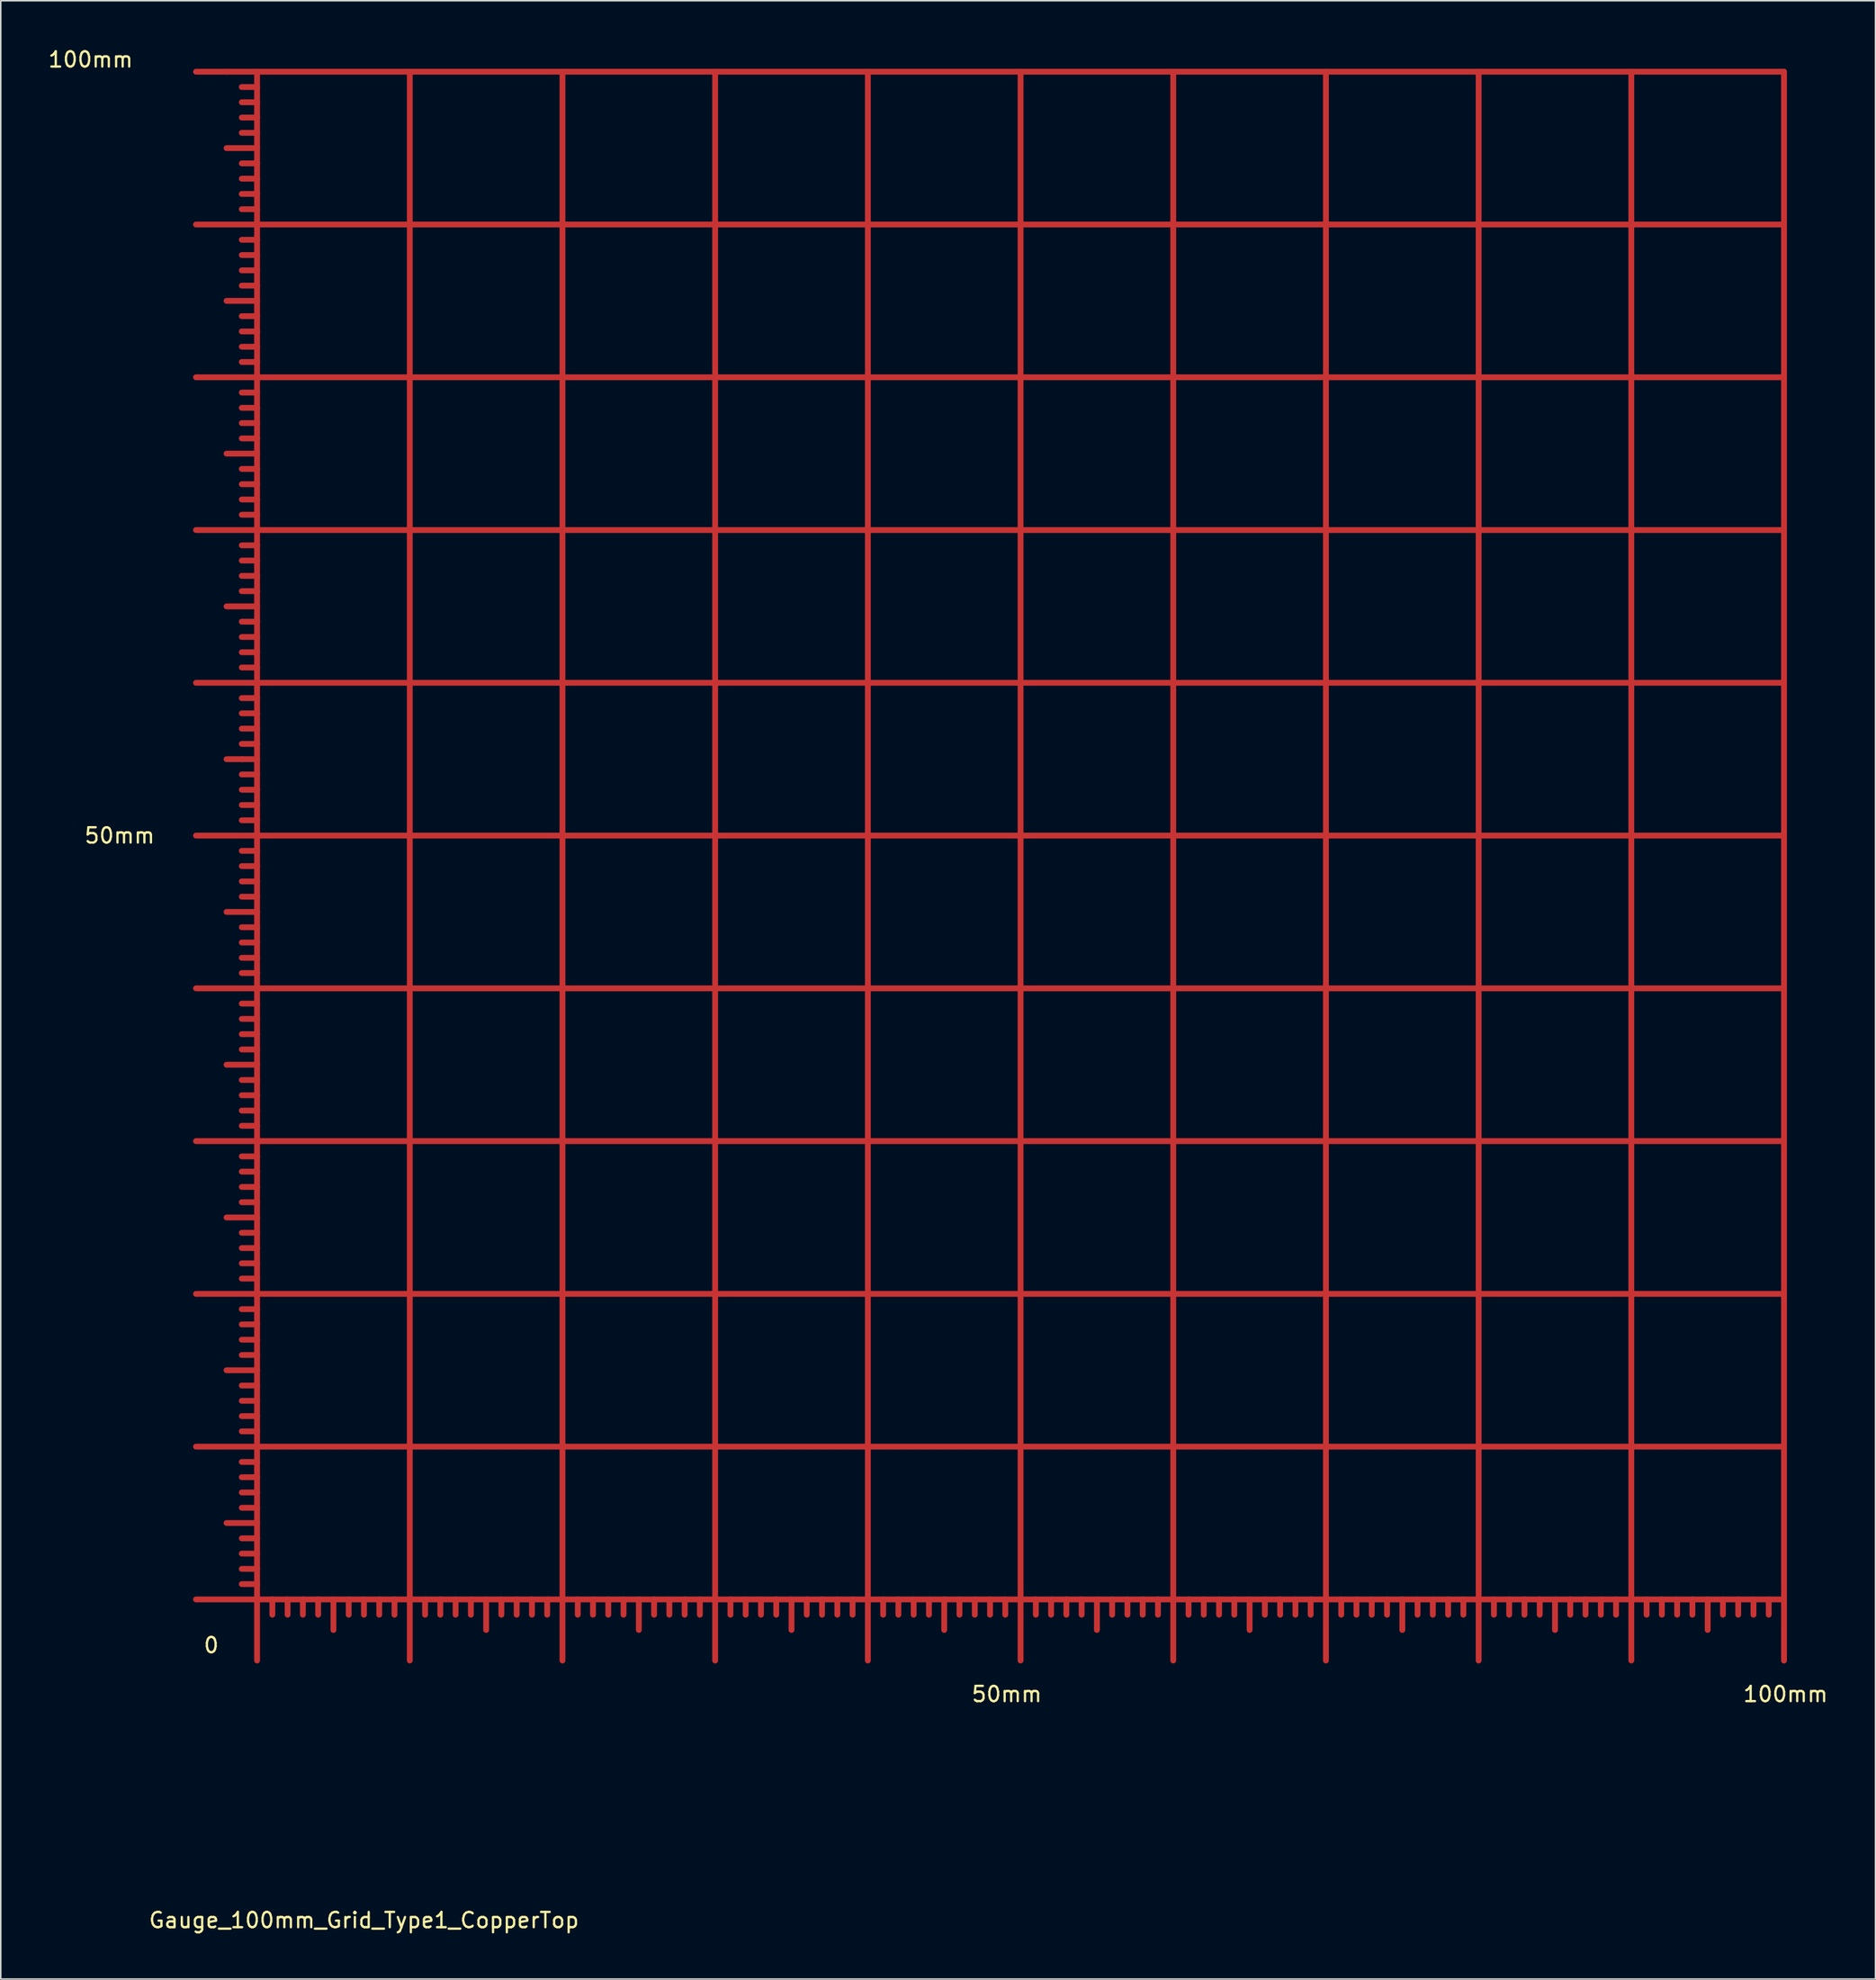
<source format=kicad_pcb>
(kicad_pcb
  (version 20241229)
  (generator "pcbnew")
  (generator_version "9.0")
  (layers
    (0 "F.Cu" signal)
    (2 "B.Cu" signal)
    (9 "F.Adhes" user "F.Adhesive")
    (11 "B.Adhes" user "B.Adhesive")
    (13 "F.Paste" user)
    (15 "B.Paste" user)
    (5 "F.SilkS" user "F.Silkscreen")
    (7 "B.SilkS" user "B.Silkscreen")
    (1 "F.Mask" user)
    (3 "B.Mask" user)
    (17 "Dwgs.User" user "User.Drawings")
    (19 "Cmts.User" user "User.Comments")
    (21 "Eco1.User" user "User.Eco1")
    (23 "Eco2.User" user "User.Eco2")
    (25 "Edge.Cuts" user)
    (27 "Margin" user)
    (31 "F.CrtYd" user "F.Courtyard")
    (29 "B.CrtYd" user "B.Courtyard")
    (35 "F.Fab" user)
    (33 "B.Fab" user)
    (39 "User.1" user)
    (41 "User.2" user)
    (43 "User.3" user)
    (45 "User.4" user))
  (footprint "Gauge_100mm_Grid_Type1_CopperTop"
    (layer "F.Cu")
    (at 13.786 101.646)
    (property "Reference" "Gauge_100mm_Grid_Type1_CopperTop" (at 7 21.001 0) (layer "F.SilkS") (effects (font (size 1 1) (thickness 0.15))))
    (attr through_hole)
    (fp_line (start -1.999 -100) (end -4 -100) (stroke (width 0.381) (type solid)) (layer "F.Cu"))
    (fp_line (start -1.001 -55.001) (end -1.999 -55.001) (stroke (width 0.381) (type solid)) (layer "F.Cu"))
    (fp_line (start 0 -100) (end -1.999 -100) (stroke (width 0.381) (type solid)) (layer "F.Cu"))
    (fp_line (start 0 -100) (end 100 -100) (stroke (width 0.381) (type solid)) (layer "F.Cu"))
    (fp_line (start 0 -98.999) (end -1.001 -98.999) (stroke (width 0.381) (type solid)) (layer "F.Cu"))
    (fp_line (start 0 -98.001) (end -1.001 -98.001) (stroke (width 0.381) (type solid)) (layer "F.Cu"))
    (fp_line (start 0 -97) (end -1.001 -97) (stroke (width 0.381) (type solid)) (layer "F.Cu"))
    (fp_line (start 0 -95.999) (end -1.001 -95.999) (stroke (width 0.381) (type solid)) (layer "F.Cu"))
    (fp_line (start 0 -95.001) (end -1.999 -95.001) (stroke (width 0.381) (type solid)) (layer "F.Cu"))
    (fp_line (start 0 -94) (end -1.001 -94) (stroke (width 0.381) (type solid)) (layer "F.Cu"))
    (fp_line (start 0 -93) (end -1.001 -93) (stroke (width 0.381) (type solid)) (layer "F.Cu"))
    (fp_line (start 0 -91.999) (end -1.001 -91.999) (stroke (width 0.381) (type solid)) (layer "F.Cu"))
    (fp_line (start 0 -91.001) (end -1.001 -91.001) (stroke (width 0.381) (type solid)) (layer "F.Cu"))
    (fp_line (start 0 -90) (end -4 -90) (stroke (width 0.381) (type solid)) (layer "F.Cu"))
    (fp_line (start 0 -90) (end 100 -90) (stroke (width 0.381) (type solid)) (layer "F.Cu"))
    (fp_line (start 0 -88.999) (end -1.001 -88.999) (stroke (width 0.381) (type solid)) (layer "F.Cu"))
    (fp_line (start 0 -88.001) (end -1.001 -88.001) (stroke (width 0.381) (type solid)) (layer "F.Cu"))
    (fp_line (start 0 -87) (end -1.001 -87) (stroke (width 0.381) (type solid)) (layer "F.Cu"))
    (fp_line (start 0 -85.999) (end -1.001 -85.999) (stroke (width 0.381) (type solid)) (layer "F.Cu"))
    (fp_line (start 0 -85.001) (end -1.999 -85.001) (stroke (width 0.381) (type solid)) (layer "F.Cu"))
    (fp_line (start 0 -84) (end -1.001 -84) (stroke (width 0.381) (type solid)) (layer "F.Cu"))
    (fp_line (start 0 -83) (end -1.001 -83) (stroke (width 0.381) (type solid)) (layer "F.Cu"))
    (fp_line (start 0 -81.999) (end -1.001 -81.999) (stroke (width 0.381) (type solid)) (layer "F.Cu"))
    (fp_line (start 0 -81.001) (end -1.001 -81.001) (stroke (width 0.381) (type solid)) (layer "F.Cu"))
    (fp_line (start 0 -80) (end -4 -80) (stroke (width 0.381) (type solid)) (layer "F.Cu"))
    (fp_line (start 0 -80) (end 100 -80) (stroke (width 0.381) (type solid)) (layer "F.Cu"))
    (fp_line (start 0 -78.999) (end -1.001 -78.999) (stroke (width 0.381) (type solid)) (layer "F.Cu"))
    (fp_line (start 0 -78.001) (end -1.001 -78.001) (stroke (width 0.381) (type solid)) (layer "F.Cu"))
    (fp_line (start 0 -77) (end -1.001 -77) (stroke (width 0.381) (type solid)) (layer "F.Cu"))
    (fp_line (start 0 -75.999) (end -1.001 -75.999) (stroke (width 0.381) (type solid)) (layer "F.Cu"))
    (fp_line (start 0 -75.001) (end -1.999 -75.001) (stroke (width 0.381) (type solid)) (layer "F.Cu"))
    (fp_line (start 0 -74) (end -1.001 -74) (stroke (width 0.381) (type solid)) (layer "F.Cu"))
    (fp_line (start 0 -73) (end -1.001 -73) (stroke (width 0.381) (type solid)) (layer "F.Cu"))
    (fp_line (start 0 -71.999) (end -1.001 -71.999) (stroke (width 0.381) (type solid)) (layer "F.Cu"))
    (fp_line (start 0 -71.001) (end -1.001 -71.001) (stroke (width 0.381) (type solid)) (layer "F.Cu"))
    (fp_line (start 0 -70) (end -4 -70) (stroke (width 0.381) (type solid)) (layer "F.Cu"))
    (fp_line (start 0 -70) (end 100 -70) (stroke (width 0.381) (type solid)) (layer "F.Cu"))
    (fp_line (start 0 -68.999) (end -1.001 -68.999) (stroke (width 0.381) (type solid)) (layer "F.Cu"))
    (fp_line (start 0 -68.001) (end -1.001 -68.001) (stroke (width 0.381) (type solid)) (layer "F.Cu"))
    (fp_line (start 0 -67) (end -1.001 -67) (stroke (width 0.381) (type solid)) (layer "F.Cu"))
    (fp_line (start 0 -65.999) (end -1.001 -65.999) (stroke (width 0.381) (type solid)) (layer "F.Cu"))
    (fp_line (start 0 -65.001) (end -1.999 -65.001) (stroke (width 0.381) (type solid)) (layer "F.Cu"))
    (fp_line (start 0 -64) (end -1.001 -64) (stroke (width 0.381) (type solid)) (layer "F.Cu"))
    (fp_line (start 0 -63) (end -1.001 -63) (stroke (width 0.381) (type solid)) (layer "F.Cu"))
    (fp_line (start 0 -61.999) (end -1.001 -61.999) (stroke (width 0.381) (type solid)) (layer "F.Cu"))
    (fp_line (start 0 -61.001) (end -1.001 -61.001) (stroke (width 0.381) (type solid)) (layer "F.Cu"))
    (fp_line (start 0 -60) (end -4 -60) (stroke (width 0.381) (type solid)) (layer "F.Cu"))
    (fp_line (start 0 -60) (end 100 -60) (stroke (width 0.381) (type solid)) (layer "F.Cu"))
    (fp_line (start 0 -58.999) (end -1.001 -58.999) (stroke (width 0.381) (type solid)) (layer "F.Cu"))
    (fp_line (start 0 -58.001) (end -1.001 -58.001) (stroke (width 0.381) (type solid)) (layer "F.Cu"))
    (fp_line (start 0 -57) (end -1.001 -57) (stroke (width 0.381) (type solid)) (layer "F.Cu"))
    (fp_line (start 0 -55.999) (end -1.001 -55.999) (stroke (width 0.381) (type solid)) (layer "F.Cu"))
    (fp_line (start 0 -55.001) (end -1.001 -55.001) (stroke (width 0.381) (type solid)) (layer "F.Cu"))
    (fp_line (start 0 -54) (end -1.001 -54) (stroke (width 0.381) (type solid)) (layer "F.Cu"))
    (fp_line (start 0 -53) (end -1.001 -53) (stroke (width 0.381) (type solid)) (layer "F.Cu"))
    (fp_line (start 0 -51.999) (end -1.001 -51.999) (stroke (width 0.381) (type solid)) (layer "F.Cu"))
    (fp_line (start 0 -51.001) (end -1.001 -51.001) (stroke (width 0.381) (type solid)) (layer "F.Cu"))
    (fp_line (start 0 -50) (end -4 -50) (stroke (width 0.381) (type solid)) (layer "F.Cu"))
    (fp_line (start 0 -50) (end 100 -50) (stroke (width 0.381) (type solid)) (layer "F.Cu"))
    (fp_line (start 0 -48.999) (end -1.001 -48.999) (stroke (width 0.381) (type solid)) (layer "F.Cu"))
    (fp_line (start 0 -48.001) (end -1.001 -48.001) (stroke (width 0.381) (type solid)) (layer "F.Cu"))
    (fp_line (start 0 -47) (end -1.001 -47) (stroke (width 0.381) (type solid)) (layer "F.Cu"))
    (fp_line (start 0 -45.999) (end -1.001 -45.999) (stroke (width 0.381) (type solid)) (layer "F.Cu"))
    (fp_line (start 0 -45.001) (end -1.999 -45.001) (stroke (width 0.381) (type solid)) (layer "F.Cu"))
    (fp_line (start 0 -44) (end -1.001 -44) (stroke (width 0.381) (type solid)) (layer "F.Cu"))
    (fp_line (start 0 -43) (end -1.001 -43) (stroke (width 0.381) (type solid)) (layer "F.Cu"))
    (fp_line (start 0 -41.999) (end -1.001 -41.999) (stroke (width 0.381) (type solid)) (layer "F.Cu"))
    (fp_line (start 0 -41.001) (end -1.001 -41.001) (stroke (width 0.381) (type solid)) (layer "F.Cu"))
    (fp_line (start 0 -40) (end -4 -40) (stroke (width 0.381) (type solid)) (layer "F.Cu"))
    (fp_line (start 0 -40) (end 100 -40) (stroke (width 0.381) (type solid)) (layer "F.Cu"))
    (fp_line (start 0 -38.999) (end -1.001 -38.999) (stroke (width 0.381) (type solid)) (layer "F.Cu"))
    (fp_line (start 0 -38.001) (end -1.001 -38.001) (stroke (width 0.381) (type solid)) (layer "F.Cu"))
    (fp_line (start 0 -37) (end -1.001 -37) (stroke (width 0.381) (type solid)) (layer "F.Cu"))
    (fp_line (start 0 -35.999) (end -1.001 -35.999) (stroke (width 0.381) (type solid)) (layer "F.Cu"))
    (fp_line (start 0 -35.001) (end -1.999 -35.001) (stroke (width 0.381) (type solid)) (layer "F.Cu"))
    (fp_line (start 0 -34) (end -1.001 -34) (stroke (width 0.381) (type solid)) (layer "F.Cu"))
    (fp_line (start 0 -33) (end -1.001 -33) (stroke (width 0.381) (type solid)) (layer "F.Cu"))
    (fp_line (start 0 -31.999) (end -1.001 -31.999) (stroke (width 0.381) (type solid)) (layer "F.Cu"))
    (fp_line (start 0 -31.001) (end -1.001 -31.001) (stroke (width 0.381) (type solid)) (layer "F.Cu"))
    (fp_line (start 0 -30) (end -4 -30) (stroke (width 0.381) (type solid)) (layer "F.Cu"))
    (fp_line (start 0 -30) (end 100 -30) (stroke (width 0.381) (type solid)) (layer "F.Cu"))
    (fp_line (start 0 -28.999) (end -1.001 -28.999) (stroke (width 0.381) (type solid)) (layer "F.Cu"))
    (fp_line (start 0 -28.001) (end -1.001 -28.001) (stroke (width 0.381) (type solid)) (layer "F.Cu"))
    (fp_line (start 0 -27) (end -1.001 -27) (stroke (width 0.381) (type solid)) (layer "F.Cu"))
    (fp_line (start 0 -25.999) (end -1.001 -25.999) (stroke (width 0.381) (type solid)) (layer "F.Cu"))
    (fp_line (start 0 -25.001) (end -1.999 -25.001) (stroke (width 0.381) (type solid)) (layer "F.Cu"))
    (fp_line (start 0 -24) (end -1.001 -24) (stroke (width 0.381) (type solid)) (layer "F.Cu"))
    (fp_line (start 0 -23) (end -1.001 -23) (stroke (width 0.381) (type solid)) (layer "F.Cu"))
    (fp_line (start 0 -21.999) (end -1.001 -21.999) (stroke (width 0.381) (type solid)) (layer "F.Cu"))
    (fp_line (start 0 -21.001) (end -1.001 -21.001) (stroke (width 0.381) (type solid)) (layer "F.Cu"))
    (fp_line (start 0 -20) (end -4 -20) (stroke (width 0.381) (type solid)) (layer "F.Cu"))
    (fp_line (start 0 -20) (end 100 -20) (stroke (width 0.381) (type solid)) (layer "F.Cu"))
    (fp_line (start 0 -18.999) (end -1.001 -18.999) (stroke (width 0.381) (type solid)) (layer "F.Cu"))
    (fp_line (start 0 -18.001) (end -1.001 -18.001) (stroke (width 0.381) (type solid)) (layer "F.Cu"))
    (fp_line (start 0 -17) (end -1.001 -17) (stroke (width 0.381) (type solid)) (layer "F.Cu"))
    (fp_line (start 0 -15.999) (end -1.001 -15.999) (stroke (width 0.381) (type solid)) (layer "F.Cu"))
    (fp_line (start 0 -15.001) (end -1.999 -15.001) (stroke (width 0.381) (type solid)) (layer "F.Cu"))
    (fp_line (start 0 -14) (end -1.001 -14) (stroke (width 0.381) (type solid)) (layer "F.Cu"))
    (fp_line (start 0 -13) (end -1.001 -13) (stroke (width 0.381) (type solid)) (layer "F.Cu"))
    (fp_line (start 0 -11.999) (end -1.001 -11.999) (stroke (width 0.381) (type solid)) (layer "F.Cu"))
    (fp_line (start 0 -11.001) (end -1.001 -11.001) (stroke (width 0.381) (type solid)) (layer "F.Cu"))
    (fp_line (start 0 -10) (end -4 -10) (stroke (width 0.381) (type solid)) (layer "F.Cu"))
    (fp_line (start 0 -10) (end 100 -10) (stroke (width 0.381) (type solid)) (layer "F.Cu"))
    (fp_line (start 0 -8.999) (end -1.001 -8.999) (stroke (width 0.381) (type solid)) (layer "F.Cu"))
    (fp_line (start 0 -8.001) (end -1.001 -8.001) (stroke (width 0.381) (type solid)) (layer "F.Cu"))
    (fp_line (start 0 -7) (end -1.001 -7) (stroke (width 0.381) (type solid)) (layer "F.Cu"))
    (fp_line (start 0 -5.999) (end -1.001 -5.999) (stroke (width 0.381) (type solid)) (layer "F.Cu"))
    (fp_line (start 0 -5.001) (end -1.999 -5.001) (stroke (width 0.381) (type solid)) (layer "F.Cu"))
    (fp_line (start 0 -4) (end -1.001 -4) (stroke (width 0.381) (type solid)) (layer "F.Cu"))
    (fp_line (start 0 -3) (end -1.001 -3) (stroke (width 0.381) (type solid)) (layer "F.Cu"))
    (fp_line (start 0 -1.999) (end -1.001 -1.999) (stroke (width 0.381) (type solid)) (layer "F.Cu"))
    (fp_line (start 0 -1.001) (end -1.001 -1.001) (stroke (width 0.381) (type solid)) (layer "F.Cu"))
    (fp_line (start 0 0) (end -4 0) (stroke (width 0.381) (type solid)) (layer "F.Cu"))
    (fp_line (start 0 0) (end 0 -100) (stroke (width 0.381) (type solid)) (layer "F.Cu"))
    (fp_line (start 0 0) (end 0 4) (stroke (width 0.381) (type solid)) (layer "F.Cu"))
    (fp_line (start 0 0) (end 100 0) (stroke (width 0.381) (type solid)) (layer "F.Cu"))
    (fp_line (start 1.001 0) (end 1.001 1.001) (stroke (width 0.381) (type solid)) (layer "F.Cu"))
    (fp_line (start 1.999 0) (end 1.999 1.001) (stroke (width 0.381) (type solid)) (layer "F.Cu"))
    (fp_line (start 3 0) (end 3 1.001) (stroke (width 0.381) (type solid)) (layer "F.Cu"))
    (fp_line (start 4 0) (end 4 1.001) (stroke (width 0.381) (type solid)) (layer "F.Cu"))
    (fp_line (start 5.001 0) (end 5.001 1.999) (stroke (width 0.381) (type solid)) (layer "F.Cu"))
    (fp_line (start 5.999 0) (end 5.999 1.001) (stroke (width 0.381) (type solid)) (layer "F.Cu"))
    (fp_line (start 7 0) (end 7 1.001) (stroke (width 0.381) (type solid)) (layer "F.Cu"))
    (fp_line (start 8.001 0) (end 8.001 1.001) (stroke (width 0.381) (type solid)) (layer "F.Cu"))
    (fp_line (start 8.999 0) (end 8.999 1.001) (stroke (width 0.381) (type solid)) (layer "F.Cu"))
    (fp_line (start 10 0) (end 10 -100) (stroke (width 0.381) (type solid)) (layer "F.Cu"))
    (fp_line (start 10 0) (end 10 4) (stroke (width 0.381) (type solid)) (layer "F.Cu"))
    (fp_line (start 11.001 0) (end 11.001 1.001) (stroke (width 0.381) (type solid)) (layer "F.Cu"))
    (fp_line (start 11.999 0) (end 11.999 1.001) (stroke (width 0.381) (type solid)) (layer "F.Cu"))
    (fp_line (start 13 0) (end 13 1.001) (stroke (width 0.381) (type solid)) (layer "F.Cu"))
    (fp_line (start 14 0) (end 14 1.001) (stroke (width 0.381) (type solid)) (layer "F.Cu"))
    (fp_line (start 15.001 0) (end 15.001 1.999) (stroke (width 0.381) (type solid)) (layer "F.Cu"))
    (fp_line (start 15.999 0) (end 15.999 1.001) (stroke (width 0.381) (type solid)) (layer "F.Cu"))
    (fp_line (start 17 0) (end 17 1.001) (stroke (width 0.381) (type solid)) (layer "F.Cu"))
    (fp_line (start 18.001 0) (end 18.001 1.001) (stroke (width 0.381) (type solid)) (layer "F.Cu"))
    (fp_line (start 18.999 0) (end 18.999 1.001) (stroke (width 0.381) (type solid)) (layer "F.Cu"))
    (fp_line (start 20 0) (end 20 -100) (stroke (width 0.381) (type solid)) (layer "F.Cu"))
    (fp_line (start 20 0) (end 20 4) (stroke (width 0.381) (type solid)) (layer "F.Cu"))
    (fp_line (start 21.001 0) (end 21.001 1.001) (stroke (width 0.381) (type solid)) (layer "F.Cu"))
    (fp_line (start 21.999 0) (end 21.999 1.001) (stroke (width 0.381) (type solid)) (layer "F.Cu"))
    (fp_line (start 23 0) (end 23 1.001) (stroke (width 0.381) (type solid)) (layer "F.Cu"))
    (fp_line (start 24 0) (end 24 1.001) (stroke (width 0.381) (type solid)) (layer "F.Cu"))
    (fp_line (start 25.001 0) (end 25.001 1.999) (stroke (width 0.381) (type solid)) (layer "F.Cu"))
    (fp_line (start 25.999 0) (end 25.999 1.001) (stroke (width 0.381) (type solid)) (layer "F.Cu"))
    (fp_line (start 27 0) (end 27 1.001) (stroke (width 0.381) (type solid)) (layer "F.Cu"))
    (fp_line (start 28.001 0) (end 28.001 1.001) (stroke (width 0.381) (type solid)) (layer "F.Cu"))
    (fp_line (start 28.999 0) (end 28.999 1.001) (stroke (width 0.381) (type solid)) (layer "F.Cu"))
    (fp_line (start 30 0) (end 30 -100) (stroke (width 0.381) (type solid)) (layer "F.Cu"))
    (fp_line (start 30 0) (end 30 4) (stroke (width 0.381) (type solid)) (layer "F.Cu"))
    (fp_line (start 31.001 0) (end 31.001 1.001) (stroke (width 0.381) (type solid)) (layer "F.Cu"))
    (fp_line (start 31.999 0) (end 31.999 1.001) (stroke (width 0.381) (type solid)) (layer "F.Cu"))
    (fp_line (start 33 0) (end 33 1.001) (stroke (width 0.381) (type solid)) (layer "F.Cu"))
    (fp_line (start 34 0) (end 34 1.001) (stroke (width 0.381) (type solid)) (layer "F.Cu"))
    (fp_line (start 35.001 0) (end 35.001 1.999) (stroke (width 0.381) (type solid)) (layer "F.Cu"))
    (fp_line (start 35.999 0) (end 35.999 1.001) (stroke (width 0.381) (type solid)) (layer "F.Cu"))
    (fp_line (start 37 0) (end 37 1.001) (stroke (width 0.381) (type solid)) (layer "F.Cu"))
    (fp_line (start 38.001 0) (end 38.001 1.001) (stroke (width 0.381) (type solid)) (layer "F.Cu"))
    (fp_line (start 38.999 0) (end 38.999 1.001) (stroke (width 0.381) (type solid)) (layer "F.Cu"))
    (fp_line (start 40 0) (end 40 -100) (stroke (width 0.381) (type solid)) (layer "F.Cu"))
    (fp_line (start 40 0) (end 40 4) (stroke (width 0.381) (type solid)) (layer "F.Cu"))
    (fp_line (start 41.001 0) (end 41.001 1.001) (stroke (width 0.381) (type solid)) (layer "F.Cu"))
    (fp_line (start 41.999 0) (end 41.999 1.001) (stroke (width 0.381) (type solid)) (layer "F.Cu"))
    (fp_line (start 43 0) (end 43 1.001) (stroke (width 0.381) (type solid)) (layer "F.Cu"))
    (fp_line (start 44 0) (end 44 1.001) (stroke (width 0.381) (type solid)) (layer "F.Cu"))
    (fp_line (start 45.001 0) (end 45.001 1.999) (stroke (width 0.381) (type solid)) (layer "F.Cu"))
    (fp_line (start 45.999 0) (end 45.999 1.001) (stroke (width 0.381) (type solid)) (layer "F.Cu"))
    (fp_line (start 47 0) (end 47 1.001) (stroke (width 0.381) (type solid)) (layer "F.Cu"))
    (fp_line (start 48.001 0) (end 48.001 1.001) (stroke (width 0.381) (type solid)) (layer "F.Cu"))
    (fp_line (start 48.999 0) (end 48.999 1.001) (stroke (width 0.381) (type solid)) (layer "F.Cu"))
    (fp_line (start 50 0) (end 50 -100) (stroke (width 0.381) (type solid)) (layer "F.Cu"))
    (fp_line (start 50 0) (end 50 4) (stroke (width 0.381) (type solid)) (layer "F.Cu"))
    (fp_line (start 51.001 0) (end 51.001 1.001) (stroke (width 0.381) (type solid)) (layer "F.Cu"))
    (fp_line (start 51.999 0) (end 51.999 1.001) (stroke (width 0.381) (type solid)) (layer "F.Cu"))
    (fp_line (start 53 0) (end 53 1.001) (stroke (width 0.381) (type solid)) (layer "F.Cu"))
    (fp_line (start 54 0) (end 54 1.001) (stroke (width 0.381) (type solid)) (layer "F.Cu"))
    (fp_line (start 55.001 0) (end 55.001 1.999) (stroke (width 0.381) (type solid)) (layer "F.Cu"))
    (fp_line (start 55.999 0) (end 55.999 1.001) (stroke (width 0.381) (type solid)) (layer "F.Cu"))
    (fp_line (start 57 0) (end 57 1.001) (stroke (width 0.381) (type solid)) (layer "F.Cu"))
    (fp_line (start 58.001 0) (end 58.001 1.001) (stroke (width 0.381) (type solid)) (layer "F.Cu"))
    (fp_line (start 58.999 0) (end 58.999 1.001) (stroke (width 0.381) (type solid)) (layer "F.Cu"))
    (fp_line (start 60 -100) (end 60 0) (stroke (width 0.381) (type solid)) (layer "F.Cu"))
    (fp_line (start 60 0) (end 60 4) (stroke (width 0.381) (type solid)) (layer "F.Cu"))
    (fp_line (start 61.001 0) (end 61.001 1.001) (stroke (width 0.381) (type solid)) (layer "F.Cu"))
    (fp_line (start 61.999 0) (end 61.999 1.001) (stroke (width 0.381) (type solid)) (layer "F.Cu"))
    (fp_line (start 63 0) (end 63 1.001) (stroke (width 0.381) (type solid)) (layer "F.Cu"))
    (fp_line (start 64 0) (end 64 1.001) (stroke (width 0.381) (type solid)) (layer "F.Cu"))
    (fp_line (start 65.001 0) (end 65.001 1.999) (stroke (width 0.381) (type solid)) (layer "F.Cu"))
    (fp_line (start 65.999 0) (end 65.999 1.001) (stroke (width 0.381) (type solid)) (layer "F.Cu"))
    (fp_line (start 67 0) (end 67 1.001) (stroke (width 0.381) (type solid)) (layer "F.Cu"))
    (fp_line (start 68.001 0) (end 68.001 1.001) (stroke (width 0.381) (type solid)) (layer "F.Cu"))
    (fp_line (start 68.999 0) (end 68.999 1.001) (stroke (width 0.381) (type solid)) (layer "F.Cu"))
    (fp_line (start 70 0) (end 70 -100) (stroke (width 0.381) (type solid)) (layer "F.Cu"))
    (fp_line (start 70 0) (end 70 4) (stroke (width 0.381) (type solid)) (layer "F.Cu"))
    (fp_line (start 71.001 0) (end 71.001 1.001) (stroke (width 0.381) (type solid)) (layer "F.Cu"))
    (fp_line (start 71.999 0) (end 71.999 1.001) (stroke (width 0.381) (type solid)) (layer "F.Cu"))
    (fp_line (start 73 0) (end 73 1.001) (stroke (width 0.381) (type solid)) (layer "F.Cu"))
    (fp_line (start 74 0) (end 74 1.001) (stroke (width 0.381) (type solid)) (layer "F.Cu"))
    (fp_line (start 75.001 0) (end 75.001 1.999) (stroke (width 0.381) (type solid)) (layer "F.Cu"))
    (fp_line (start 75.999 0) (end 75.999 1.001) (stroke (width 0.381) (type solid)) (layer "F.Cu"))
    (fp_line (start 77 0) (end 77 1.001) (stroke (width 0.381) (type solid)) (layer "F.Cu"))
    (fp_line (start 78.001 0) (end 78.001 1.001) (stroke (width 0.381) (type solid)) (layer "F.Cu"))
    (fp_line (start 78.999 0) (end 78.999 1.001) (stroke (width 0.381) (type solid)) (layer "F.Cu"))
    (fp_line (start 80 -100) (end 80 0) (stroke (width 0.381) (type solid)) (layer "F.Cu"))
    (fp_line (start 80 0) (end 80 4) (stroke (width 0.381) (type solid)) (layer "F.Cu"))
    (fp_line (start 81.001 0) (end 81.001 1.001) (stroke (width 0.381) (type solid)) (layer "F.Cu"))
    (fp_line (start 81.999 0) (end 81.999 1.001) (stroke (width 0.381) (type solid)) (layer "F.Cu"))
    (fp_line (start 83 0) (end 83 1.001) (stroke (width 0.381) (type solid)) (layer "F.Cu"))
    (fp_line (start 84 0) (end 84 1.001) (stroke (width 0.381) (type solid)) (layer "F.Cu"))
    (fp_line (start 85.001 0) (end 85.001 1.999) (stroke (width 0.381) (type solid)) (layer "F.Cu"))
    (fp_line (start 85.999 0) (end 85.999 1.001) (stroke (width 0.381) (type solid)) (layer "F.Cu"))
    (fp_line (start 87 0) (end 87 1.001) (stroke (width 0.381) (type solid)) (layer "F.Cu"))
    (fp_line (start 88.001 0) (end 88.001 1.001) (stroke (width 0.381) (type solid)) (layer "F.Cu"))
    (fp_line (start 88.999 0) (end 88.999 1.001) (stroke (width 0.381) (type solid)) (layer "F.Cu"))
    (fp_line (start 90 0) (end 90 -100) (stroke (width 0.381) (type solid)) (layer "F.Cu"))
    (fp_line (start 90 0) (end 90 4) (stroke (width 0.381) (type solid)) (layer "F.Cu"))
    (fp_line (start 91.001 0) (end 91.001 1.001) (stroke (width 0.381) (type solid)) (layer "F.Cu"))
    (fp_line (start 91.999 0) (end 91.999 1.001) (stroke (width 0.381) (type solid)) (layer "F.Cu"))
    (fp_line (start 93 0) (end 93 1.001) (stroke (width 0.381) (type solid)) (layer "F.Cu"))
    (fp_line (start 94 0) (end 94 1.001) (stroke (width 0.381) (type solid)) (layer "F.Cu"))
    (fp_line (start 95.001 0) (end 95.001 1.999) (stroke (width 0.381) (type solid)) (layer "F.Cu"))
    (fp_line (start 95.999 0) (end 95.999 1.001) (stroke (width 0.381) (type solid)) (layer "F.Cu"))
    (fp_line (start 97 0) (end 97 1.001) (stroke (width 0.381) (type solid)) (layer "F.Cu"))
    (fp_line (start 98.001 0) (end 98.001 1.001) (stroke (width 0.381) (type solid)) (layer "F.Cu"))
    (fp_line (start 98.999 0) (end 98.999 1.001) (stroke (width 0.381) (type solid)) (layer "F.Cu"))
    (fp_line (start 100 -100) (end 100 0) (stroke (width 0.381) (type solid)) (layer "F.Cu"))
    (fp_line (start 100 0) (end 100 4) (stroke (width 0.381) (type solid)) (layer "F.Cu"))
    (fp_text user "50mm" (at 49.101 6.203 0) (layer "F.SilkS") (effects (font (size 1 1) (thickness 0.15))))
    (fp_text user "100mm" (at 100.101 6.203 0) (layer "F.SilkS") (effects (font (size 1 1) (thickness 0.15))))
    (fp_text user "0" (at -3 3 0) (layer "F.SilkS") (effects (font (size 1 1) (thickness 0.15))))
    (fp_text user "50mm" (at -8.999 -50 0) (layer "F.SilkS") (effects (font (size 1 1) (thickness 0.15))))
    (fp_text user "100mm" (at -10.899 -100.797 0) (layer "F.SilkS") (effects (font (size 1 1) (thickness 0.15)))))
  (gr_rect
    (start -3 -3)
    (end 119.774 126.495)
    (stroke (width 0.1) (type default))
    (fill no)
    (layer "Edge.Cuts")))
</source>
